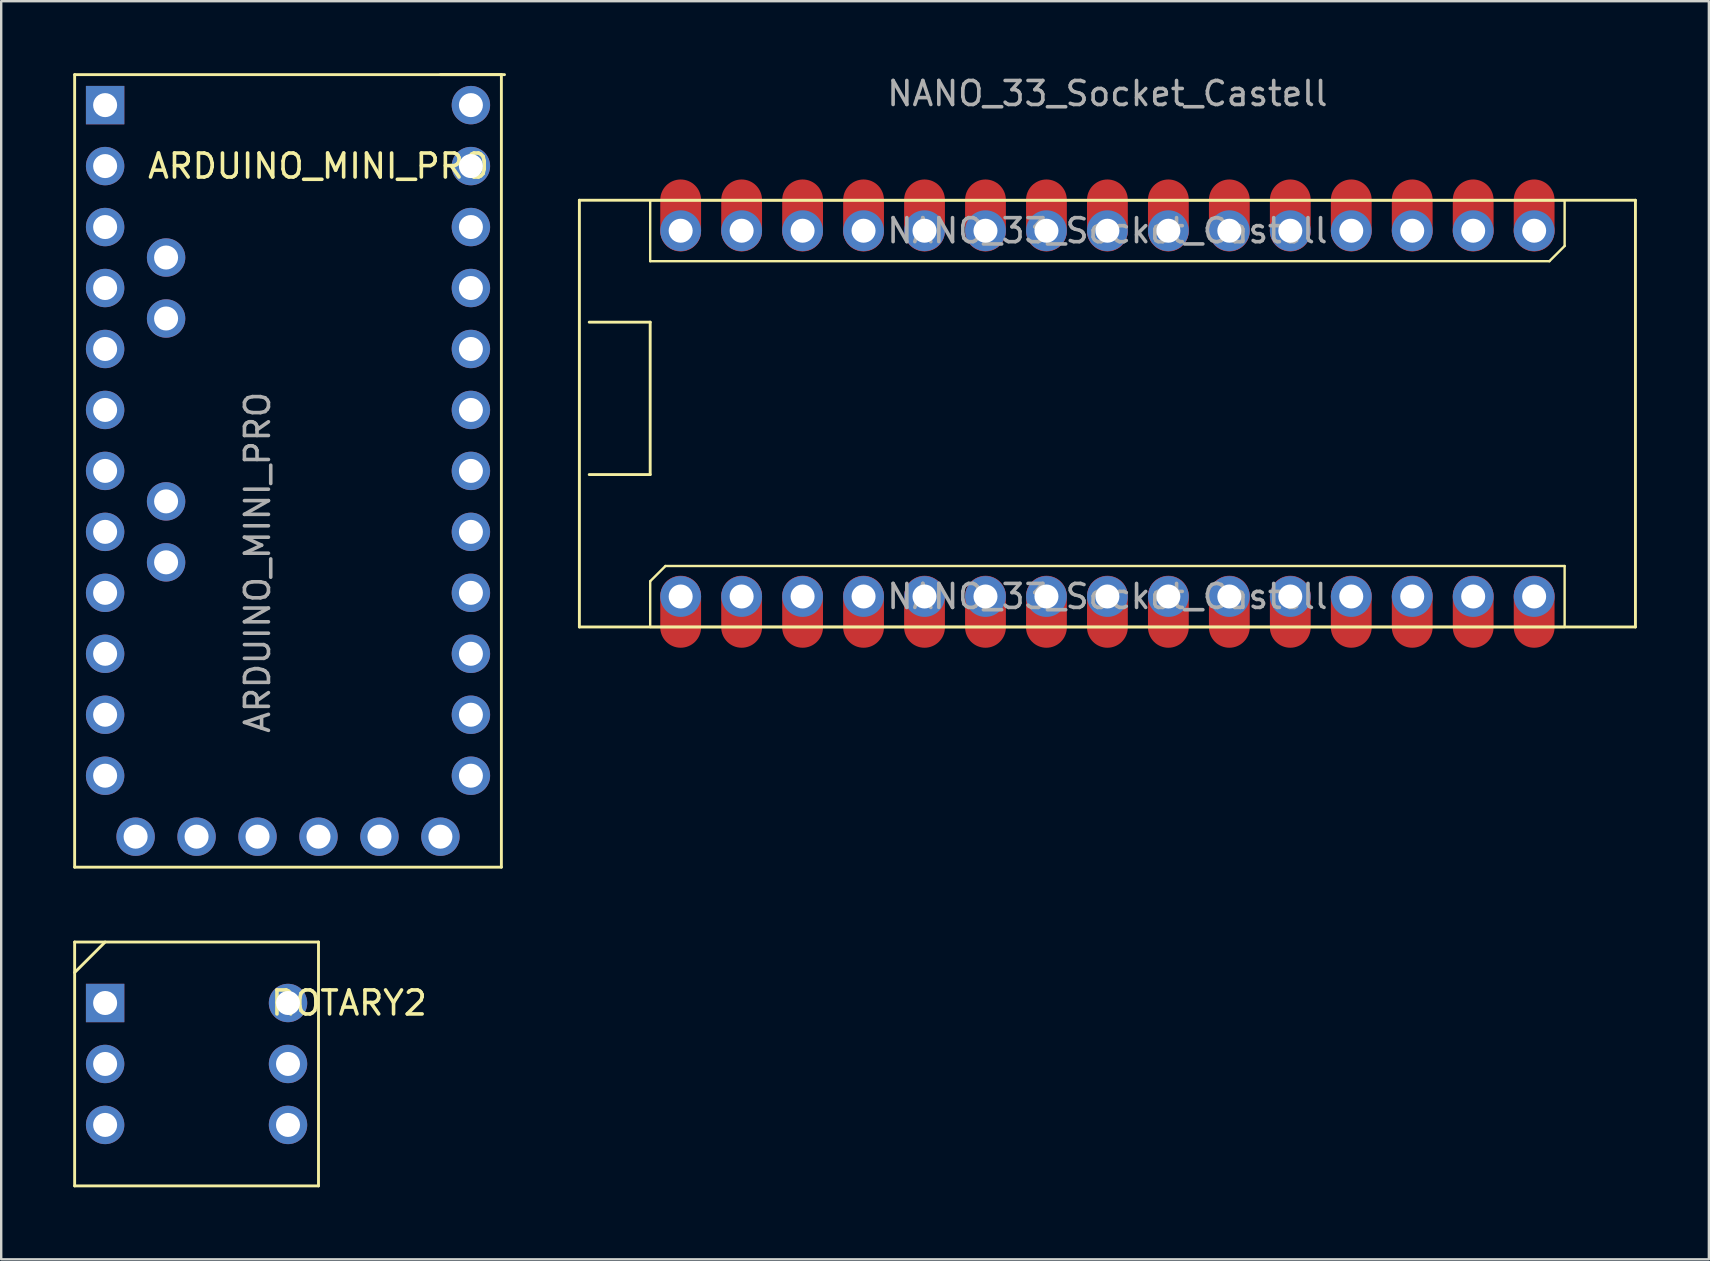
<source format=kicad_pcb>
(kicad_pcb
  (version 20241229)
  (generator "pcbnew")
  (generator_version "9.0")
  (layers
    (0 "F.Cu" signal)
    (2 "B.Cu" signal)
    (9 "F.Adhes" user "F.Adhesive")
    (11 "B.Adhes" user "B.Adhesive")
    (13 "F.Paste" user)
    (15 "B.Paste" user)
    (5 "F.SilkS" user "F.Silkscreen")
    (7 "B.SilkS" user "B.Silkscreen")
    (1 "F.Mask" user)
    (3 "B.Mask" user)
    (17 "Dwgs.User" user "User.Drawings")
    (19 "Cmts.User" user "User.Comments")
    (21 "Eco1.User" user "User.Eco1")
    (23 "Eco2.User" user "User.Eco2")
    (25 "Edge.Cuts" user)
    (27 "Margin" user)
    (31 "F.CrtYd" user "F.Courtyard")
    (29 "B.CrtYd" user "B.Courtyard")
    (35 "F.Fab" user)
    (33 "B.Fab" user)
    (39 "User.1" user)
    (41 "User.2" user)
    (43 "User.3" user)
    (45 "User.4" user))
  (footprint "NANO_33_Socket_Castell"
    (layer "F.Cu")
    (at 43.09 14.183)
    (property "Reference" "NANO_33_Socket_Castell" (at 0 -13.335 0) (layer "F.Fab") (effects (font (size 1 1) (thickness 0.15))))
    (attr through_hole)
    (fp_line (start -22 -8.89) (end 22 -8.89) (stroke (width 0.12) (type solid)) (layer "F.SilkS"))
    (fp_line (start -22 8.89) (end -22 -8.89) (stroke (width 0.12) (type solid)) (layer "F.SilkS"))
    (fp_line (start -22 8.89) (end 22 8.89) (stroke (width 0.12) (type solid)) (layer "F.SilkS"))
    (fp_line (start -21.59 -3.81) (end -19.05 -3.81) (stroke (width 0.12) (type solid)) (layer "F.SilkS"))
    (fp_line (start -19.05 -8.89) (end 19.05 -8.89) (stroke (width 0.1) (type solid)) (layer "F.SilkS"))
    (fp_line (start -19.05 -6.35) (end -19.05 -8.89) (stroke (width 0.1) (type solid)) (layer "F.SilkS"))
    (fp_line (start -19.05 -3.81) (end -19.05 2.54) (stroke (width 0.12) (type solid)) (layer "F.SilkS"))
    (fp_line (start -19.05 2.54) (end -21.59 2.54) (stroke (width 0.12) (type solid)) (layer "F.SilkS"))
    (fp_line (start -19.05 6.985) (end -18.415 6.35) (stroke (width 0.1) (type solid)) (layer "F.SilkS"))
    (fp_line (start -19.05 8.89) (end -19.05 6.985) (stroke (width 0.1) (type solid)) (layer "F.SilkS"))
    (fp_line (start -18.415 6.35) (end 19.05 6.35) (stroke (width 0.1) (type solid)) (layer "F.SilkS"))
    (fp_line (start 18.415 -6.35) (end -19.05 -6.35) (stroke (width 0.1) (type solid)) (layer "F.SilkS"))
    (fp_line (start 19.05 -8.89) (end 19.05 -6.985) (stroke (width 0.1) (type solid)) (layer "F.SilkS"))
    (fp_line (start 19.05 -6.985) (end 18.415 -6.35) (stroke (width 0.1) (type solid)) (layer "F.SilkS"))
    (fp_line (start 19.05 6.35) (end 19.05 8.89) (stroke (width 0.1) (type solid)) (layer "F.SilkS"))
    (fp_line (start 19.05 8.89) (end -19.05 8.89) (stroke (width 0.1) (type solid)) (layer "F.SilkS"))
    (fp_line (start 22 8.89) (end 22 -8.89) (stroke (width 0.12) (type solid)) (layer "F.SilkS"))
    (fp_text user "${REFERENCE}" (at 0 7.62 180) (layer "F.Fab") (effects (font (size 1 1) (thickness 0.15))))
    (fp_text user "${REFERENCE}" (at 0 -7.62 0) (layer "F.Fab") (effects (font (size 1 1) (thickness 0.15))))
    (pad "1" thru_hole circle (at -17.78 7.62 90) (size 1.7 1.7) (drill 1) (layers "*.Cu" "*.Mask"))
    (pad "1" smd oval (at -17.78 8.255 90) (size 3 1.7) (layers "F.Cu" "F.Mask"))
    (pad "2" thru_hole oval (at -15.24 7.62 90) (size 1.7 1.7) (drill 1) (layers "*.Cu" "*.Mask"))
    (pad "2" smd oval (at -15.24 8.255 90) (size 3 1.7) (layers "F.Cu" "F.Mask"))
    (pad "3" thru_hole oval (at -12.7 7.62 90) (size 1.7 1.7) (drill 1) (layers "*.Cu" "*.Mask"))
    (pad "3" smd oval (at -12.7 8.255 90) (size 3 1.7) (layers "F.Cu" "F.Mask"))
    (pad "4" thru_hole oval (at -10.16 7.62 90) (size 1.7 1.7) (drill 1) (layers "*.Cu" "*.Mask"))
    (pad "4" smd oval (at -10.16 8.255 90) (size 3 1.7) (layers "F.Cu" "F.Mask"))
    (pad "5" thru_hole oval (at -7.62 7.62 90) (size 1.7 1.7) (drill 1) (layers "*.Cu" "*.Mask"))
    (pad "5" smd oval (at -7.62 8.255 90) (size 3 1.7) (layers "F.Cu" "F.Mask"))
    (pad "6" thru_hole oval (at -5.08 7.62 90) (size 1.7 1.7) (drill 1) (layers "*.Cu" "*.Mask"))
    (pad "6" smd oval (at -5.08 8.255 90) (size 3 1.7) (layers "F.Cu" "F.Mask"))
    (pad "7" thru_hole oval (at -2.54 7.62 90) (size 1.7 1.7) (drill 1) (layers "*.Cu" "*.Mask"))
    (pad "7" smd oval (at -2.54 8.255 90) (size 3 1.7) (layers "F.Cu" "F.Mask"))
    (pad "8" thru_hole oval (at 0 7.62 90) (size 1.7 1.7) (drill 1) (layers "*.Cu" "*.Mask"))
    (pad "8" smd oval (at 0 8.255 90) (size 3 1.7) (layers "F.Cu" "F.Mask"))
    (pad "9" thru_hole oval (at 2.54 7.62 90) (size 1.7 1.7) (drill 1) (layers "*.Cu" "*.Mask"))
    (pad "9" smd oval (at 2.54 8.255 90) (size 3 1.7) (layers "F.Cu" "F.Mask"))
    (pad "10" thru_hole oval (at 5.08 7.62 90) (size 1.7 1.7) (drill 1) (layers "*.Cu" "*.Mask"))
    (pad "10" smd oval (at 5.08 8.255 90) (size 3 1.7) (layers "F.Cu" "F.Mask"))
    (pad "11" thru_hole oval (at 7.62 7.62 90) (size 1.7 1.7) (drill 1) (layers "*.Cu" "*.Mask"))
    (pad "11" smd oval (at 7.62 8.255 90) (size 3 1.7) (layers "F.Cu" "F.Mask"))
    (pad "12" thru_hole oval (at 10.16 7.62 90) (size 1.7 1.7) (drill 1) (layers "*.Cu" "*.Mask"))
    (pad "12" smd oval (at 10.16 8.255 90) (size 3 1.7) (layers "F.Cu" "F.Mask"))
    (pad "13" thru_hole oval (at 12.7 7.62 90) (size 1.7 1.7) (drill 1) (layers "*.Cu" "*.Mask"))
    (pad "13" smd oval (at 12.7 8.255 90) (size 3 1.7) (layers "F.Cu" "F.Mask"))
    (pad "14" thru_hole oval (at 15.24 7.62 90) (size 1.7 1.7) (drill 1) (layers "*.Cu" "*.Mask"))
    (pad "14" smd oval (at 15.24 8.255 90) (size 3 1.7) (layers "F.Cu" "F.Mask"))
    (pad "15" thru_hole oval (at 17.78 7.62 90) (size 1.7 1.7) (drill 1) (layers "*.Cu" "*.Mask"))
    (pad "15" smd oval (at 17.78 8.255 90) (size 3 1.7) (layers "F.Cu" "F.Mask"))
    (pad "16" smd oval (at 17.78 -8.255 270) (size 3 1.7) (layers "F.Cu" "F.Mask"))
    (pad "16" thru_hole circle (at 17.78 -7.62 270) (size 1.7 1.7) (drill 1) (layers "*.Cu" "*.Mask"))
    (pad "17" smd oval (at 15.24 -8.255 270) (size 3 1.7) (layers "F.Cu" "F.Mask"))
    (pad "17" thru_hole oval (at 15.24 -7.62 270) (size 1.7 1.7) (drill 1) (layers "*.Cu" "*.Mask"))
    (pad "18" smd oval (at 12.7 -8.255 270) (size 3 1.7) (layers "F.Cu" "F.Mask"))
    (pad "18" thru_hole oval (at 12.7 -7.62 270) (size 1.7 1.7) (drill 1) (layers "*.Cu" "*.Mask"))
    (pad "19" smd oval (at 10.16 -8.255 270) (size 3 1.7) (layers "F.Cu" "F.Mask"))
    (pad "19" thru_hole oval (at 10.16 -7.62 270) (size 1.7 1.7) (drill 1) (layers "*.Cu" "*.Mask"))
    (pad "20" smd oval (at 7.62 -8.255 270) (size 3 1.7) (layers "F.Cu" "F.Mask"))
    (pad "20" thru_hole oval (at 7.62 -7.62 270) (size 1.7 1.7) (drill 1) (layers "*.Cu" "*.Mask"))
    (pad "21" smd oval (at 5.08 -8.255 270) (size 3 1.7) (layers "F.Cu" "F.Mask"))
    (pad "21" thru_hole oval (at 5.08 -7.62 270) (size 1.7 1.7) (drill 1) (layers "*.Cu" "*.Mask"))
    (pad "22" smd oval (at 2.54 -8.255 270) (size 3 1.7) (layers "F.Cu" "F.Mask"))
    (pad "22" thru_hole oval (at 2.54 -7.62 270) (size 1.7 1.7) (drill 1) (layers "*.Cu" "*.Mask"))
    (pad "23" smd oval (at 0 -8.255 270) (size 3 1.7) (layers "F.Cu" "F.Mask"))
    (pad "23" thru_hole oval (at 0 -7.62 270) (size 1.7 1.7) (drill 1) (layers "*.Cu" "*.Mask"))
    (pad "24" smd oval (at -2.54 -8.255 270) (size 3 1.7) (layers "F.Cu" "F.Mask"))
    (pad "24" thru_hole oval (at -2.54 -7.62 270) (size 1.7 1.7) (drill 1) (layers "*.Cu" "*.Mask"))
    (pad "25" smd oval (at -5.08 -8.255 270) (size 3 1.7) (layers "F.Cu" "F.Mask"))
    (pad "25" thru_hole oval (at -5.08 -7.62 270) (size 1.7 1.7) (drill 1) (layers "*.Cu" "*.Mask"))
    (pad "26" smd oval (at -7.62 -8.255 270) (size 3 1.7) (layers "F.Cu" "F.Mask"))
    (pad "26" thru_hole oval (at -7.62 -7.62 270) (size 1.7 1.7) (drill 1) (layers "*.Cu" "*.Mask"))
    (pad "27" smd oval (at -10.16 -8.255 270) (size 3 1.7) (layers "F.Cu" "F.Mask"))
    (pad "27" thru_hole oval (at -10.16 -7.62 270) (size 1.7 1.7) (drill 1) (layers "*.Cu" "*.Mask"))
    (pad "28" smd oval (at -12.7 -8.255 270) (size 3 1.7) (layers "F.Cu" "F.Mask"))
    (pad "28" thru_hole oval (at -12.7 -7.62 270) (size 1.7 1.7) (drill 1) (layers "*.Cu" "*.Mask"))
    (pad "29" smd oval (at -15.24 -8.255 270) (size 3 1.7) (layers "F.Cu" "F.Mask"))
    (pad "29" thru_hole oval (at -15.24 -7.62 270) (size 1.7 1.7) (drill 1) (layers "*.Cu" "*.Mask"))
    (pad "30" smd oval (at -17.78 -8.255 270) (size 3 1.7) (layers "F.Cu" "F.Mask"))
    (pad "30" thru_hole oval (at -17.78 -7.62 270) (size 1.7 1.7) (drill 1) (layers "*.Cu" "*.Mask")))
  (footprint "ARDUINO_MINI_PRO"
    (layer "F.Cu")
    (at 1.33 1.33)
    (property "Reference" "ARDUINO_MINI_PRO" (at 8.89 2.54 0) (layer "F.SilkS") (effects (font (size 1 1) (thickness 0.15))))
    (attr through_hole)
    (fp_line (start -1.27 -1.27) (end -1.27 31.75) (stroke (width 0.12) (type solid)) (layer "F.SilkS"))
    (fp_line (start -1.27 31.75) (end 16.51 31.75) (stroke (width 0.12) (type solid)) (layer "F.SilkS"))
    (fp_line (start 13.97 -1.27) (end 16.64 -1.27) (stroke (width 0.12) (type solid)) (layer "F.SilkS"))
    (fp_line (start 16.51 -1.27) (end -1.27 -1.27) (stroke (width 0.12) (type solid)) (layer "F.SilkS"))
    (fp_line (start 16.51 31.75) (end 16.51 -1.27) (stroke (width 0.12) (type solid)) (layer "F.SilkS"))
    (fp_text user "${REFERENCE}" (at 6.35 19.05 90) (layer "F.Fab") (effects (font (size 1 1) (thickness 0.15))))
    (pad "1" thru_hole rect (at 0 0) (size 1.6 1.6) (drill 1) (layers "*.Cu" "*.Mask"))
    (pad "2" thru_hole oval (at 0 2.54) (size 1.6 1.6) (drill 1) (layers "*.Cu" "*.Mask"))
    (pad "3" thru_hole oval (at 0 5.08) (size 1.6 1.6) (drill 1) (layers "*.Cu" "*.Mask"))
    (pad "3B" thru_hole oval (at 2.54 6.35) (size 1.6 1.6) (drill 1) (layers "*.Cu" "*.Mask"))
    (pad "4" thru_hole oval (at 0 7.62) (size 1.6 1.6) (drill 1) (layers "*.Cu" "*.Mask"))
    (pad "4B" thru_hole oval (at 2.54 8.89) (size 1.6 1.6) (drill 1) (layers "*.Cu" "*.Mask"))
    (pad "5" thru_hole oval (at 0 10.16) (size 1.6 1.6) (drill 1) (layers "*.Cu" "*.Mask"))
    (pad "6" thru_hole oval (at 0 12.7) (size 1.6 1.6) (drill 1) (layers "*.Cu" "*.Mask"))
    (pad "7" thru_hole oval (at 0 15.24) (size 1.6 1.6) (drill 1) (layers "*.Cu" "*.Mask"))
    (pad "7B" thru_hole oval (at 2.54 16.51) (size 1.6 1.6) (drill 1) (layers "*.Cu" "*.Mask"))
    (pad "8" thru_hole oval (at 0 17.78) (size 1.6 1.6) (drill 1) (layers "*.Cu" "*.Mask"))
    (pad "8B" thru_hole oval (at 2.54 19.05) (size 1.6 1.6) (drill 1) (layers "*.Cu" "*.Mask"))
    (pad "9" thru_hole oval (at 0 20.32) (size 1.6 1.6) (drill 1) (layers "*.Cu" "*.Mask"))
    (pad "10" thru_hole oval (at 0 22.86) (size 1.6 1.6) (drill 1) (layers "*.Cu" "*.Mask"))
    (pad "11" thru_hole oval (at 0 25.4) (size 1.6 1.6) (drill 1) (layers "*.Cu" "*.Mask"))
    (pad "12" thru_hole oval (at 0 27.94) (size 1.6 1.6) (drill 1) (layers "*.Cu" "*.Mask"))
    (pad "13" thru_hole oval (at 1.27 30.48) (size 1.6 1.6) (drill 1) (layers "*.Cu" "*.Mask"))
    (pad "14" thru_hole oval (at 3.81 30.48) (size 1.6 1.6) (drill 1) (layers "*.Cu" "*.Mask"))
    (pad "15" thru_hole oval (at 6.35 30.48) (size 1.6 1.6) (drill 1) (layers "*.Cu" "*.Mask"))
    (pad "16" thru_hole oval (at 8.89 30.48) (size 1.6 1.6) (drill 1) (layers "*.Cu" "*.Mask"))
    (pad "17" thru_hole oval (at 11.43 30.48) (size 1.6 1.6) (drill 1) (layers "*.Cu" "*.Mask"))
    (pad "18" thru_hole oval (at 13.97 30.48) (size 1.6 1.6) (drill 1) (layers "*.Cu" "*.Mask"))
    (pad "19" thru_hole oval (at 15.24 27.94) (size 1.6 1.6) (drill 1) (layers "*.Cu" "*.Mask"))
    (pad "20" thru_hole oval (at 15.24 25.4) (size 1.6 1.6) (drill 1) (layers "*.Cu" "*.Mask"))
    (pad "21" thru_hole oval (at 15.24 22.86) (size 1.6 1.6) (drill 1) (layers "*.Cu" "*.Mask"))
    (pad "22" thru_hole oval (at 15.24 20.32) (size 1.6 1.6) (drill 1) (layers "*.Cu" "*.Mask"))
    (pad "23" thru_hole oval (at 15.24 17.78) (size 1.6 1.6) (drill 1) (layers "*.Cu" "*.Mask"))
    (pad "24" thru_hole oval (at 15.24 15.24) (size 1.6 1.6) (drill 1) (layers "*.Cu" "*.Mask"))
    (pad "25" thru_hole oval (at 15.24 12.7) (size 1.6 1.6) (drill 1) (layers "*.Cu" "*.Mask"))
    (pad "26" thru_hole oval (at 15.24 10.16) (size 1.6 1.6) (drill 1) (layers "*.Cu" "*.Mask"))
    (pad "27" thru_hole oval (at 15.24 7.62) (size 1.6 1.6) (drill 1) (layers "*.Cu" "*.Mask"))
    (pad "28" thru_hole oval (at 15.24 5.08) (size 1.6 1.6) (drill 1) (layers "*.Cu" "*.Mask"))
    (pad "29" thru_hole oval (at 15.24 2.54) (size 1.6 1.6) (drill 1) (layers "*.Cu" "*.Mask"))
    (pad "30" thru_hole oval (at 15.24 0) (size 1.6 1.6) (drill 1) (layers "*.Cu" "*.Mask")))
  (footprint "ROTARY2"
    (layer "F.Cu")
    (at 1.33 38.74)
    (property "Reference" "ROTARY2" (at 10.16 0 0) (layer "F.SilkS") (effects (font (size 1 1) (thickness 0.15))))
    (attr through_hole)
    (fp_line (start -1.27 -2.54) (end -1.27 7.62) (stroke (width 0.12) (type solid)) (layer "F.SilkS"))
    (fp_line (start -1.27 -1.27) (end 0 -2.54) (stroke (width 0.12) (type solid)) (layer "F.SilkS"))
    (fp_line (start -1.27 7.62) (end 8.89 7.62) (stroke (width 0.12) (type solid)) (layer "F.SilkS"))
    (fp_line (start 8.89 -2.54) (end -1.27 -2.54) (stroke (width 0.12) (type solid)) (layer "F.SilkS"))
    (fp_line (start 8.89 7.62) (end 8.89 -2.54) (stroke (width 0.12) (type solid)) (layer "F.SilkS"))
    (pad "1" thru_hole rect (at 0 0) (size 1.6 1.6) (drill 1) (layers "*.Cu" "*.Mask"))
    (pad "2" thru_hole oval (at 7.62 5.08) (size 1.6 1.6) (drill 1) (layers "*.Cu" "*.Mask"))
    (pad "4" thru_hole oval (at 0 5.08) (size 1.6 1.6) (drill 1) (layers "*.Cu" "*.Mask"))
    (pad "8" thru_hole oval (at 7.62 0) (size 1.6 1.6) (drill 1) (layers "*.Cu" "*.Mask"))
    (pad "C" thru_hole oval (at 0 2.54) (size 1.6 1.6) (drill 1) (layers "*.Cu" "*.Mask"))
    (pad "C" thru_hole oval (at 7.62 2.54) (size 1.6 1.6) (drill 1) (layers "*.Cu" "*.Mask")))
  (gr_rect
    (start -3 -3)
    (end 68.15 49.42)
    (stroke (width 0.1) (type default))
    (fill no)
    (layer "Edge.Cuts")))
</source>
